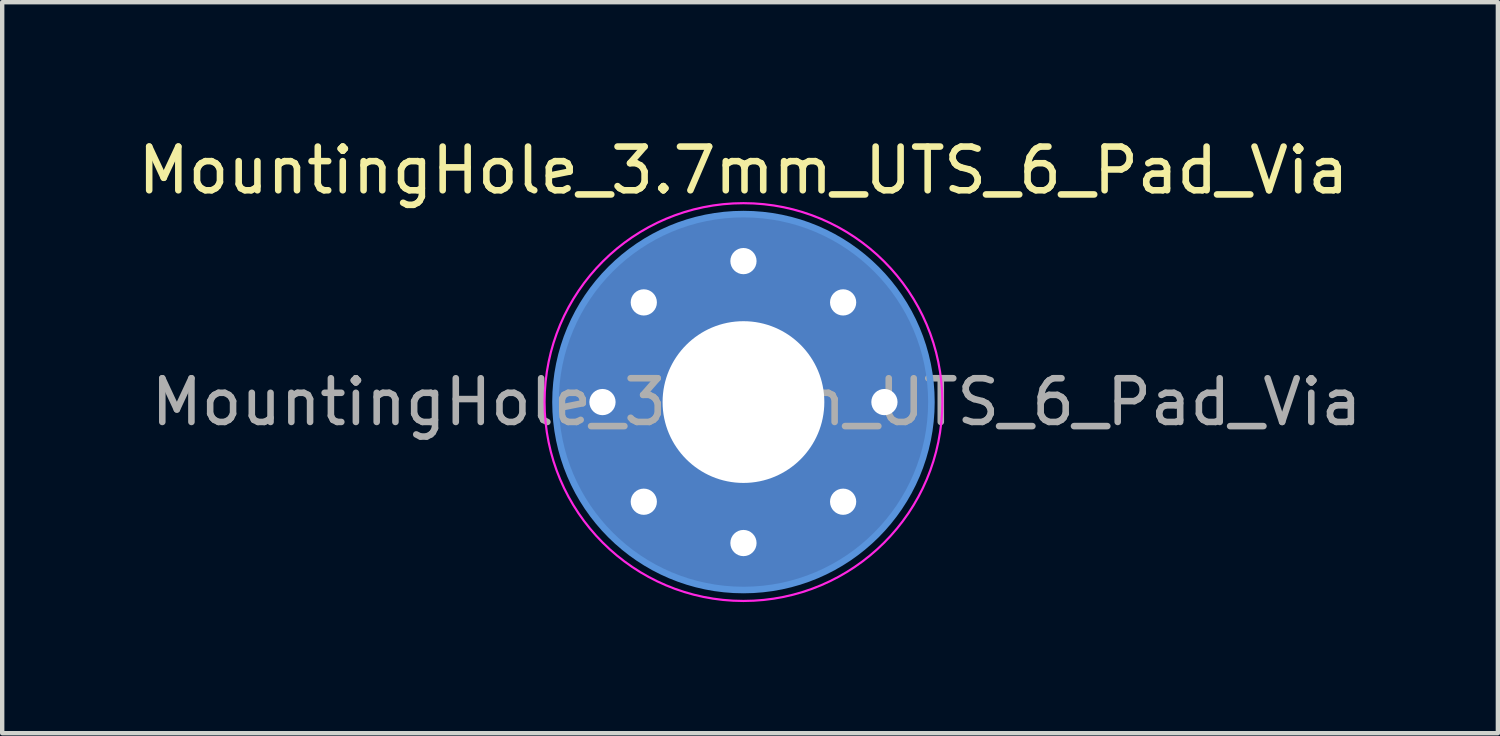
<source format=kicad_pcb>
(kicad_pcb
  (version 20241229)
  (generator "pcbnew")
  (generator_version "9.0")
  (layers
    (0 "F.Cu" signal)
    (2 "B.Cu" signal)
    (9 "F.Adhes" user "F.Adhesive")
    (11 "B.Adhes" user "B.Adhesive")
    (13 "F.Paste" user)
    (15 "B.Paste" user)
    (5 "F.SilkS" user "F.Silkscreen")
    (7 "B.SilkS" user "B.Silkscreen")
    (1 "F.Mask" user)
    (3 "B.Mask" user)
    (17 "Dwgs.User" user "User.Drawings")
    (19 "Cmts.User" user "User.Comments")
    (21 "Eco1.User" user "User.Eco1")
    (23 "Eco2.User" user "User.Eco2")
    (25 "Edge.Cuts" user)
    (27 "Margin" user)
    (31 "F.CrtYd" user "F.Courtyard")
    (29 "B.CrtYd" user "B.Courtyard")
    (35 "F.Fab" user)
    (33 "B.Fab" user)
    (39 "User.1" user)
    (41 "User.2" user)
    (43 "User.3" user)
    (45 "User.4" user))
  (footprint "MountingHole_3.7mm_UTS_6_Pad_Via"
    (layer "F.Cu")
    (at 13.958 6.148)
    (property "Reference" "MountingHole_3.7mm_UTS_6_Pad_Via" (at 0 -5.3 0) (layer "F.SilkS") (effects (font (size 1 1) (thickness 0.15))))
    (attr exclude_from_pos_files exclude_from_bom)
    (fp_circle (center 0 0) (end 4.3 0) (stroke (width 0.15) (type solid)) (fill no) (layer "Cmts.User"))
    (fp_circle (center 0 0) (end 4.55 0) (stroke (width 0.05) (type solid)) (fill no) (layer "F.CrtYd"))
    (fp_text user "${REFERENCE}" (at 0.3 0 0) (layer "F.Fab") (effects (font (size 1 1) (thickness 0.15))))
    (pad "1" thru_hole circle (at -3.225 0) (size 0.9 0.9) (drill 0.6) (layers "*.Cu" "*.Mask"))
    (pad "1" thru_hole circle (at -2.28 -2.28) (size 0.9 0.9) (drill 0.6) (layers "*.Cu" "*.Mask"))
    (pad "1" thru_hole circle (at -2.28 2.28) (size 0.9 0.9) (drill 0.6) (layers "*.Cu" "*.Mask"))
    (pad "1" thru_hole circle (at 0 -3.225) (size 0.9 0.9) (drill 0.6) (layers "*.Cu" "*.Mask"))
    (pad "1" thru_hole circle (at 0 0) (size 8.6 8.6) (drill 3.7) (layers "*.Cu" "*.Mask"))
    (pad "1" thru_hole circle (at 0 3.225) (size 0.9 0.9) (drill 0.6) (layers "*.Cu" "*.Mask"))
    (pad "1" thru_hole circle (at 2.28 -2.28) (size 0.9 0.9) (drill 0.6) (layers "*.Cu" "*.Mask"))
    (pad "1" thru_hole circle (at 2.28 2.28) (size 0.9 0.9) (drill 0.6) (layers "*.Cu" "*.Mask"))
    (pad "1" thru_hole circle (at 3.225 0) (size 0.9 0.9) (drill 0.6) (layers "*.Cu" "*.Mask")))
  (gr_rect
    (start -3 -3)
    (end 31.217 13.723)
    (stroke (width 0.1) (type default))
    (fill no)
    (layer "Edge.Cuts")))
</source>
